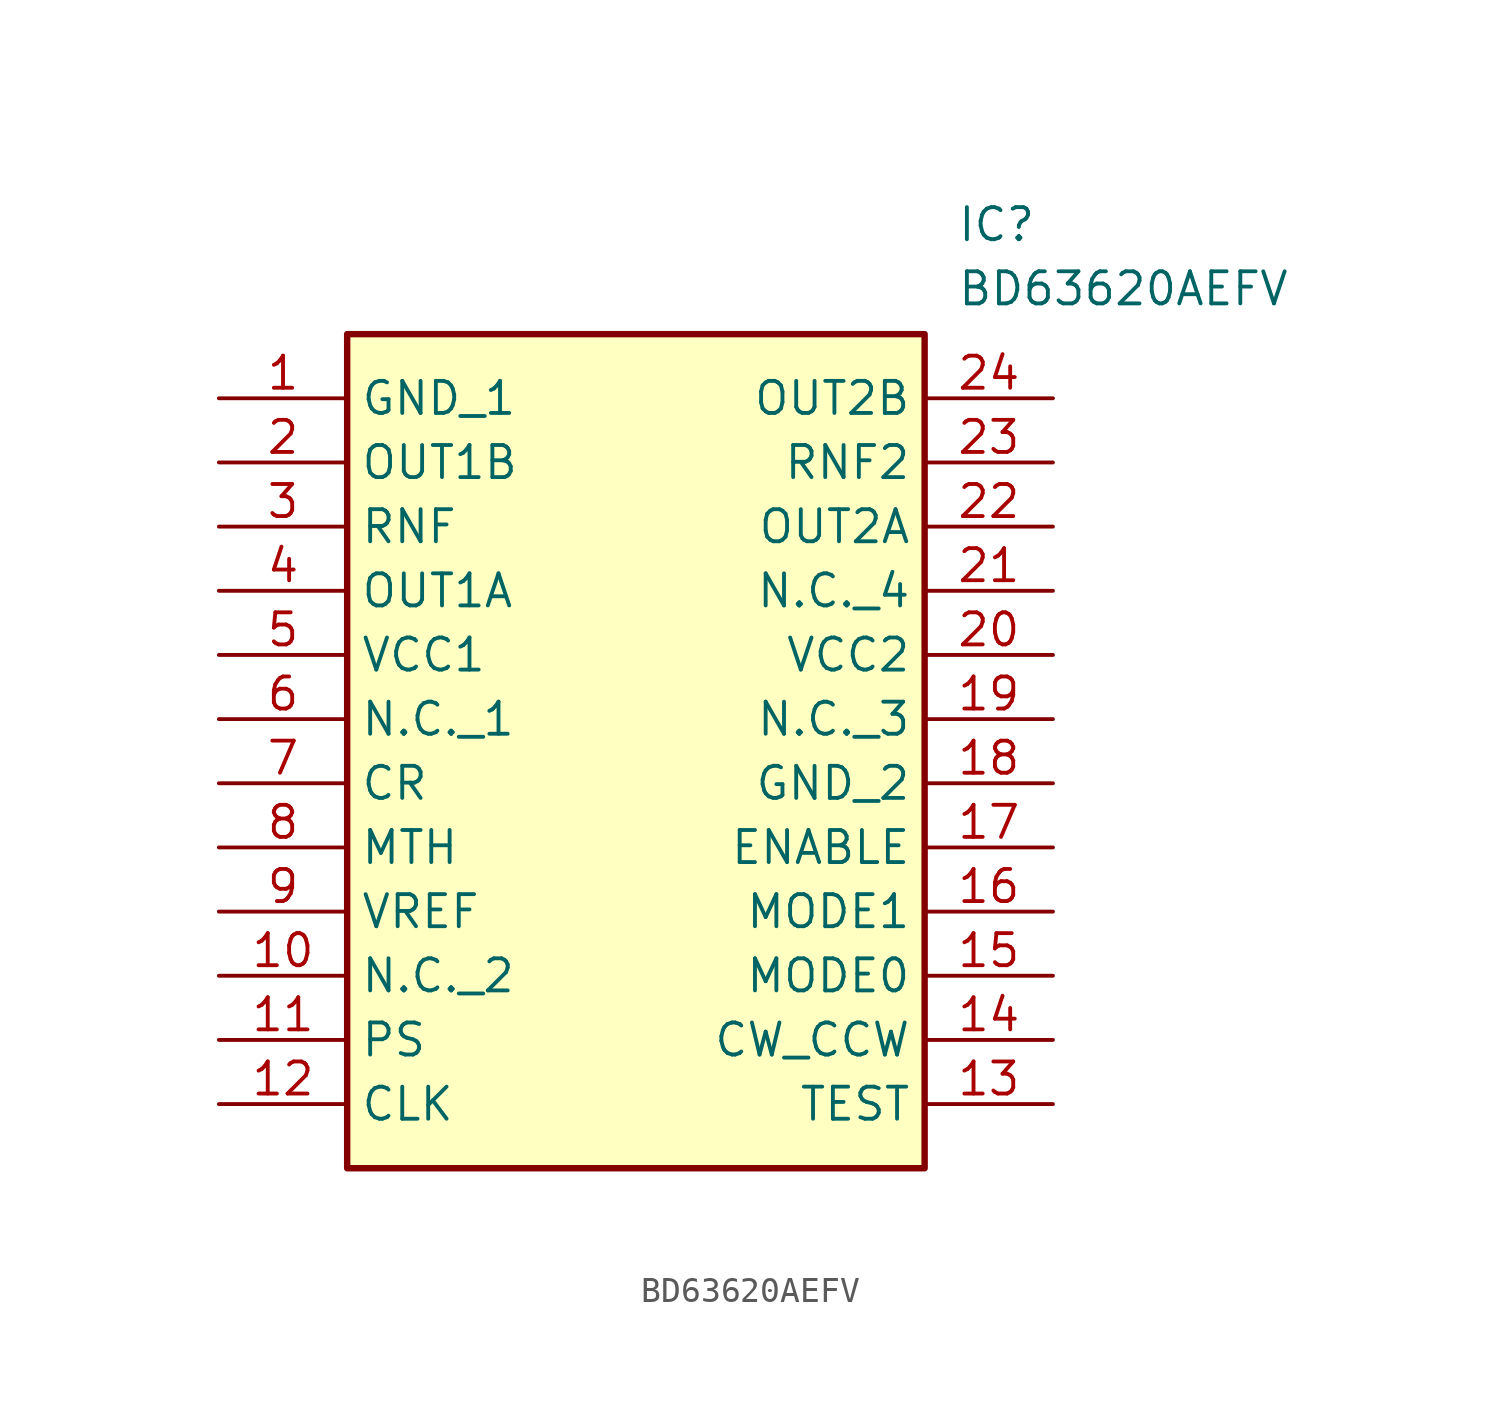
<source format=kicad_sym>
(kicad_symbol_lib
  (version 20211014)
  (generator SamacSys_ECAD_Model)
  (symbol "BD63620AEFV"
    (property "Reference" "IC"
      (at 29.21 7.62 0)
      (effects (font (size 1.27 1.27)) (justify left top)))
    (property "Value" "BD63620AEFV"
      (at 29.21 5.08 0)
      (effects (font (size 1.27 1.27)) (justify left top)))
    (rectangle
      (start 5.08 2.54)
      (end 27.94 -30.48)
      (stroke (width 0.254) (type default))
      (fill (type background)))
    (pin power_in line
      (at 0 0 0)
      (length 5.08)
      (name "GND_1" (effects (font (size 1.27 1.27))))
      (number "1" (effects (font (size 1.27 1.27)))))
    (pin output line
      (at 0 -2.54 0)
      (length 5.08)
      (name "OUT1B" (effects (font (size 1.27 1.27))))
      (number "2" (effects (font (size 1.27 1.27)))))
    (pin passive line
      (at 0 -5.08 0)
      (length 5.08)
      (name "RNF" (effects (font (size 1.27 1.27))))
      (number "3" (effects (font (size 1.27 1.27)))))
    (pin output line
      (at 0 -7.62 0)
      (length 5.08)
      (name "OUT1A" (effects (font (size 1.27 1.27))))
      (number "4" (effects (font (size 1.27 1.27)))))
    (pin power_in line
      (at 0 -10.16 0)
      (length 5.08)
      (name "VCC1" (effects (font (size 1.27 1.27))))
      (number "5" (effects (font (size 1.27 1.27)))))
    (pin passive line
      (at 0 -12.7 0)
      (length 5.08)
      (name "N.C._1" (effects (font (size 1.27 1.27))))
      (number "6" (effects (font (size 1.27 1.27)))))
    (pin passive line
      (at 0 -15.24 0)
      (length 5.08)
      (name "CR" (effects (font (size 1.27 1.27))))
      (number "7" (effects (font (size 1.27 1.27)))))
    (pin input line
      (at 0 -17.78 0)
      (length 5.08)
      (name "MTH" (effects (font (size 1.27 1.27))))
      (number "8" (effects (font (size 1.27 1.27)))))
    (pin input line
      (at 0 -20.32 0)
      (length 5.08)
      (name "VREF" (effects (font (size 1.27 1.27))))
      (number "9" (effects (font (size 1.27 1.27)))))
    (pin passive line
      (at 0 -22.86 0)
      (length 5.08)
      (name "N.C._2" (effects (font (size 1.27 1.27))))
      (number "10" (effects (font (size 1.27 1.27)))))
    (pin input line
      (at 0 -25.4 0)
      (length 5.08)
      (name "PS" (effects (font (size 1.27 1.27))))
      (number "11" (effects (font (size 1.27 1.27)))))
    (pin input line
      (at 0 -27.94 0)
      (length 5.08)
      (name "CLK" (effects (font (size 1.27 1.27))))
      (number "12" (effects (font (size 1.27 1.27)))))
    (pin output line
      (at 33.02 0 180)
      (length 5.08)
      (name "OUT2B" (effects (font (size 1.27 1.27))))
      (number "24" (effects (font (size 1.27 1.27)))))
    (pin passive line
      (at 33.02 -2.54 180)
      (length 5.08)
      (name "RNF2" (effects (font (size 1.27 1.27))))
      (number "23" (effects (font (size 1.27 1.27)))))
    (pin output line
      (at 33.02 -5.08 180)
      (length 5.08)
      (name "OUT2A" (effects (font (size 1.27 1.27))))
      (number "22" (effects (font (size 1.27 1.27)))))
    (pin passive line
      (at 33.02 -7.62 180)
      (length 5.08)
      (name "N.C._4" (effects (font (size 1.27 1.27))))
      (number "21" (effects (font (size 1.27 1.27)))))
    (pin power_in line
      (at 33.02 -10.16 180)
      (length 5.08)
      (name "VCC2" (effects (font (size 1.27 1.27))))
      (number "20" (effects (font (size 1.27 1.27)))))
    (pin passive line
      (at 33.02 -12.7 180)
      (length 5.08)
      (name "N.C._3" (effects (font (size 1.27 1.27))))
      (number "19" (effects (font (size 1.27 1.27)))))
    (pin power_in line
      (at 33.02 -15.24 180)
      (length 5.08)
      (name "GND_2" (effects (font (size 1.27 1.27))))
      (number "18" (effects (font (size 1.27 1.27)))))
    (pin input line
      (at 33.02 -17.78 180)
      (length 5.08)
      (name "ENABLE" (effects (font (size 1.27 1.27))))
      (number "17" (effects (font (size 1.27 1.27)))))
    (pin input line
      (at 33.02 -20.32 180)
      (length 5.08)
      (name "MODE1" (effects (font (size 1.27 1.27))))
      (number "16" (effects (font (size 1.27 1.27)))))
    (pin input line
      (at 33.02 -22.86 180)
      (length 5.08)
      (name "MODE0" (effects (font (size 1.27 1.27))))
      (number "15" (effects (font (size 1.27 1.27)))))
    (pin input line
      (at 33.02 -25.4 180)
      (length 5.08)
      (name "CW_CCW" (effects (font (size 1.27 1.27))))
      (number "14" (effects (font (size 1.27 1.27)))))
    (pin passive line
      (at 33.02 -27.94 180)
      (length 5.08)
      (name "TEST" (effects (font (size 1.27 1.27))))
      (number "13" (effects (font (size 1.27 1.27)))))))
</source>
